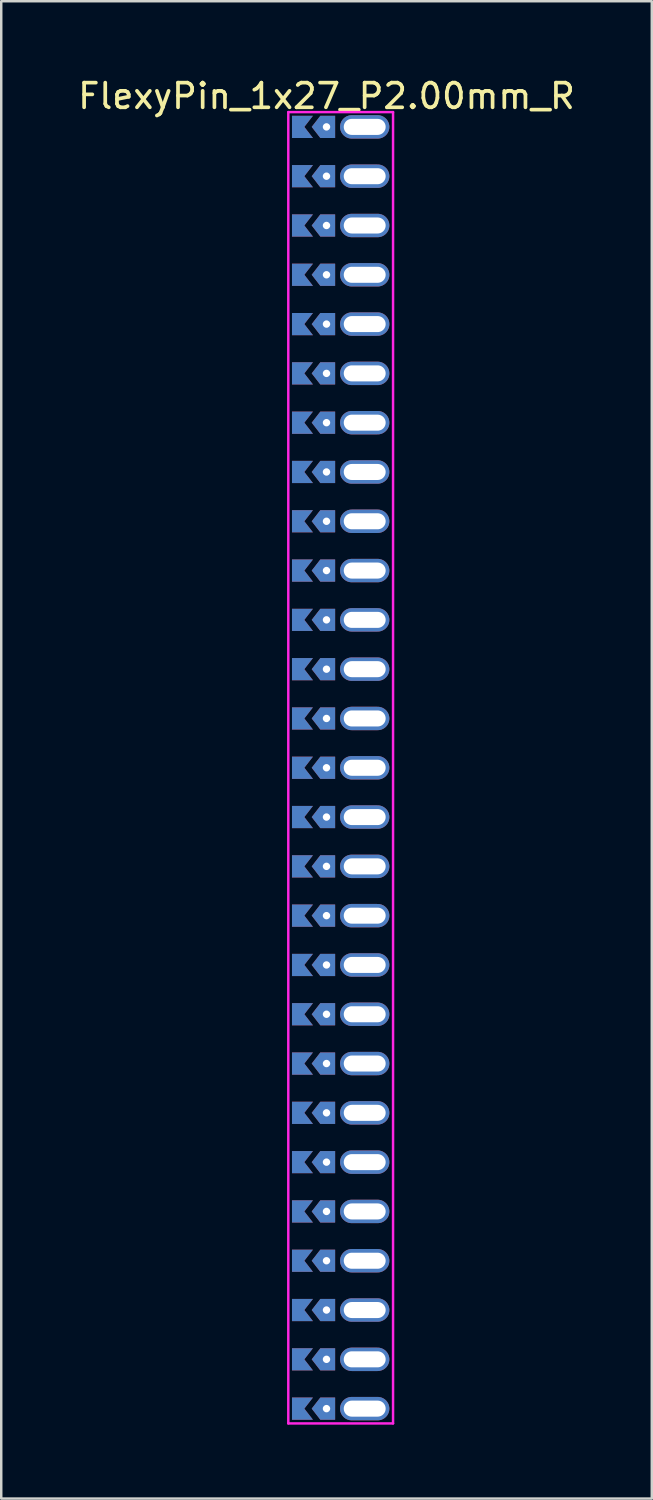
<source format=kicad_pcb>
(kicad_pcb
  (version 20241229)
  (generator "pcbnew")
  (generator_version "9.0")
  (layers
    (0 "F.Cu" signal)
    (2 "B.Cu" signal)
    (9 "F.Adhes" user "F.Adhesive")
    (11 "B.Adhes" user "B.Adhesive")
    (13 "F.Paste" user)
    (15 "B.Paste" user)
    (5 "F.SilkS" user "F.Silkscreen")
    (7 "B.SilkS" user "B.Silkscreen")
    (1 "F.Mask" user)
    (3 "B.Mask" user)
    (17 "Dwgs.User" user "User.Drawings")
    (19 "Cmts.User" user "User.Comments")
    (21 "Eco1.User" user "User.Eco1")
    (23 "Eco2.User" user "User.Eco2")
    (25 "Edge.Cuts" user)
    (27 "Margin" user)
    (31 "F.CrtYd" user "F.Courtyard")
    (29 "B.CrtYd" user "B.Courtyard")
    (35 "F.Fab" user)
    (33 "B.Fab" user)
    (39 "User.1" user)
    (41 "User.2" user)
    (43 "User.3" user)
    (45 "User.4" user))
  (footprint "FlexyPin_1x27_P2.00mm_R"
    (layer "F.Cu")
    (at 10.196 2.098)
    (property "Reference" "FlexyPin_1x27_P2.00mm_R" (at 0 -1.25 0) (layer "F.SilkS") (effects (font (size 1 1) (thickness 0.15))))
    (attr through_hole)
    (fp_line (start -1.55 -0.6) (end 2.7 -0.6) (stroke (width 0.1) (type solid)) (layer "F.CrtYd"))
    (fp_line (start -1.55 52.6) (end -1.55 -0.6) (stroke (width 0.1) (type solid)) (layer "F.CrtYd"))
    (fp_line (start 2.7 -0.6) (end 2.7 52.6) (stroke (width 0.1) (type solid)) (layer "F.CrtYd"))
    (fp_line (start 2.7 52.6) (end -1.55 52.6) (stroke (width 0.1) (type solid)) (layer "F.CrtYd"))
    (pad "" thru_hole custom (at 0 0) (size 0.3 0.3) (drill 0.6) (layers "*.Cu" "*.Mask") (options (anchor rect)) (primitives (gr_poly (pts (xy 0.35 0.45) (xy 0.35 -0.45) (xy -0.25 -0.45) (xy -0.6 0) (xy -0.25 0.45)) (width 0) (fill yes))))
    (pad "" thru_hole custom (at 0 2) (size 0.3 0.3) (drill 0.6) (layers "*.Cu" "*.Mask") (options (anchor rect)) (primitives (gr_poly (pts (xy 0.35 0.45) (xy 0.35 -0.45) (xy -0.25 -0.45) (xy -0.6 0) (xy -0.25 0.45)) (width 0) (fill yes))))
    (pad "" thru_hole custom (at 0 4) (size 0.3 0.3) (drill 0.6) (layers "*.Cu" "*.Mask") (options (anchor rect)) (primitives (gr_poly (pts (xy 0.35 0.45) (xy 0.35 -0.45) (xy -0.25 -0.45) (xy -0.6 0) (xy -0.25 0.45)) (width 0) (fill yes))))
    (pad "" thru_hole custom (at 0 6) (size 0.3 0.3) (drill 0.6) (layers "*.Cu" "*.Mask") (options (anchor rect)) (primitives (gr_poly (pts (xy 0.35 0.45) (xy 0.35 -0.45) (xy -0.25 -0.45) (xy -0.6 0) (xy -0.25 0.45)) (width 0) (fill yes))))
    (pad "" thru_hole custom (at 0 8) (size 0.3 0.3) (drill 0.6) (layers "*.Cu" "*.Mask") (options (anchor rect)) (primitives (gr_poly (pts (xy 0.35 0.45) (xy 0.35 -0.45) (xy -0.25 -0.45) (xy -0.6 0) (xy -0.25 0.45)) (width 0) (fill yes))))
    (pad "" thru_hole custom (at 0 10) (size 0.3 0.3) (drill 0.6) (layers "*.Cu" "*.Mask") (options (anchor rect)) (primitives (gr_poly (pts (xy 0.35 0.45) (xy 0.35 -0.45) (xy -0.25 -0.45) (xy -0.6 0) (xy -0.25 0.45)) (width 0) (fill yes))))
    (pad "" thru_hole custom (at 0 12) (size 0.3 0.3) (drill 0.6) (layers "*.Cu" "*.Mask") (options (anchor rect)) (primitives (gr_poly (pts (xy 0.35 0.45) (xy 0.35 -0.45) (xy -0.25 -0.45) (xy -0.6 0) (xy -0.25 0.45)) (width 0) (fill yes))))
    (pad "" thru_hole custom (at 0 14) (size 0.3 0.3) (drill 0.6) (layers "*.Cu" "*.Mask") (options (anchor rect)) (primitives (gr_poly (pts (xy 0.35 0.45) (xy 0.35 -0.45) (xy -0.25 -0.45) (xy -0.6 0) (xy -0.25 0.45)) (width 0) (fill yes))))
    (pad "" thru_hole custom (at 0 16) (size 0.3 0.3) (drill 0.6) (layers "*.Cu" "*.Mask") (options (anchor rect)) (primitives (gr_poly (pts (xy 0.35 0.45) (xy 0.35 -0.45) (xy -0.25 -0.45) (xy -0.6 0) (xy -0.25 0.45)) (width 0) (fill yes))))
    (pad "" thru_hole custom (at 0 18) (size 0.3 0.3) (drill 0.6) (layers "*.Cu" "*.Mask") (options (anchor rect)) (primitives (gr_poly (pts (xy 0.35 0.45) (xy 0.35 -0.45) (xy -0.25 -0.45) (xy -0.6 0) (xy -0.25 0.45)) (width 0) (fill yes))))
    (pad "" thru_hole custom (at 0 20) (size 0.3 0.3) (drill 0.6) (layers "*.Cu" "*.Mask") (options (anchor rect)) (primitives (gr_poly (pts (xy 0.35 0.45) (xy 0.35 -0.45) (xy -0.25 -0.45) (xy -0.6 0) (xy -0.25 0.45)) (width 0) (fill yes))))
    (pad "" thru_hole custom (at 0 22) (size 0.3 0.3) (drill 0.6) (layers "*.Cu" "*.Mask") (options (anchor rect)) (primitives (gr_poly (pts (xy 0.35 0.45) (xy 0.35 -0.45) (xy -0.25 -0.45) (xy -0.6 0) (xy -0.25 0.45)) (width 0) (fill yes))))
    (pad "" thru_hole custom (at 0 24) (size 0.3 0.3) (drill 0.6) (layers "*.Cu" "*.Mask") (options (anchor rect)) (primitives (gr_poly (pts (xy 0.35 0.45) (xy 0.35 -0.45) (xy -0.25 -0.45) (xy -0.6 0) (xy -0.25 0.45)) (width 0) (fill yes))))
    (pad "" thru_hole custom (at 0 26) (size 0.3 0.3) (drill 0.6) (layers "*.Cu" "*.Mask") (options (anchor rect)) (primitives (gr_poly (pts (xy 0.35 0.45) (xy 0.35 -0.45) (xy -0.25 -0.45) (xy -0.6 0) (xy -0.25 0.45)) (width 0) (fill yes))))
    (pad "" thru_hole custom (at 0 28) (size 0.3 0.3) (drill 0.6) (layers "*.Cu" "*.Mask") (options (anchor rect)) (primitives (gr_poly (pts (xy 0.35 0.45) (xy 0.35 -0.45) (xy -0.25 -0.45) (xy -0.6 0) (xy -0.25 0.45)) (width 0) (fill yes))))
    (pad "" thru_hole custom (at 0 30) (size 0.3 0.3) (drill 0.6) (layers "*.Cu" "*.Mask") (options (anchor rect)) (primitives (gr_poly (pts (xy 0.35 0.45) (xy 0.35 -0.45) (xy -0.25 -0.45) (xy -0.6 0) (xy -0.25 0.45)) (width 0) (fill yes))))
    (pad "" thru_hole custom (at 0 32) (size 0.3 0.3) (drill 0.6) (layers "*.Cu" "*.Mask") (options (anchor rect)) (primitives (gr_poly (pts (xy 0.35 0.45) (xy 0.35 -0.45) (xy -0.25 -0.45) (xy -0.6 0) (xy -0.25 0.45)) (width 0) (fill yes))))
    (pad "" thru_hole custom (at 0 34) (size 0.3 0.3) (drill 0.6) (layers "*.Cu" "*.Mask") (options (anchor rect)) (primitives (gr_poly (pts (xy 0.35 0.45) (xy 0.35 -0.45) (xy -0.25 -0.45) (xy -0.6 0) (xy -0.25 0.45)) (width 0) (fill yes))))
    (pad "" thru_hole custom (at 0 36) (size 0.3 0.3) (drill 0.6) (layers "*.Cu" "*.Mask") (options (anchor rect)) (primitives (gr_poly (pts (xy 0.35 0.45) (xy 0.35 -0.45) (xy -0.25 -0.45) (xy -0.6 0) (xy -0.25 0.45)) (width 0) (fill yes))))
    (pad "" thru_hole custom (at 0 38) (size 0.3 0.3) (drill 0.6) (layers "*.Cu" "*.Mask") (options (anchor rect)) (primitives (gr_poly (pts (xy 0.35 0.45) (xy 0.35 -0.45) (xy -0.25 -0.45) (xy -0.6 0) (xy -0.25 0.45)) (width 0) (fill yes))))
    (pad "" thru_hole custom (at 0 40) (size 0.3 0.3) (drill 0.6) (layers "*.Cu" "*.Mask") (options (anchor rect)) (primitives (gr_poly (pts (xy 0.35 0.45) (xy 0.35 -0.45) (xy -0.25 -0.45) (xy -0.6 0) (xy -0.25 0.45)) (width 0) (fill yes))))
    (pad "" thru_hole custom (at 0 42) (size 0.3 0.3) (drill 0.6) (layers "*.Cu" "*.Mask") (options (anchor rect)) (primitives (gr_poly (pts (xy 0.35 0.45) (xy 0.35 -0.45) (xy -0.25 -0.45) (xy -0.6 0) (xy -0.25 0.45)) (width 0) (fill yes))))
    (pad "" thru_hole custom (at 0 44) (size 0.3 0.3) (drill 0.6) (layers "*.Cu" "*.Mask") (options (anchor rect)) (primitives (gr_poly (pts (xy 0.35 0.45) (xy 0.35 -0.45) (xy -0.25 -0.45) (xy -0.6 0) (xy -0.25 0.45)) (width 0) (fill yes))))
    (pad "" thru_hole custom (at 0 46) (size 0.3 0.3) (drill 0.6) (layers "*.Cu" "*.Mask") (options (anchor rect)) (primitives (gr_poly (pts (xy 0.35 0.45) (xy 0.35 -0.45) (xy -0.25 -0.45) (xy -0.6 0) (xy -0.25 0.45)) (width 0) (fill yes))))
    (pad "" thru_hole custom (at 0 48) (size 0.3 0.3) (drill 0.6) (layers "*.Cu" "*.Mask") (options (anchor rect)) (primitives (gr_poly (pts (xy 0.35 0.45) (xy 0.35 -0.45) (xy -0.25 -0.45) (xy -0.6 0) (xy -0.25 0.45)) (width 0) (fill yes))))
    (pad "" thru_hole custom (at 0 50) (size 0.3 0.3) (drill 0.6) (layers "*.Cu" "*.Mask") (options (anchor rect)) (primitives (gr_poly (pts (xy 0.35 0.45) (xy 0.35 -0.45) (xy -0.25 -0.45) (xy -0.6 0) (xy -0.25 0.45)) (width 0) (fill yes))))
    (pad "" thru_hole custom (at 0 52) (size 0.3 0.3) (drill 0.6) (layers "*.Cu" "*.Mask") (options (anchor rect)) (primitives (gr_poly (pts (xy 0.35 0.45) (xy 0.35 -0.45) (xy -0.25 -0.45) (xy -0.6 0) (xy -0.25 0.45)) (width 0) (fill yes))))
    (pad "" thru_hole oval (at 1.55 0) (size 2 0.95) (drill oval 1.7 0.65) (layers "*.Cu" "*.Mask"))
    (pad "" thru_hole oval (at 1.55 2) (size 2 0.95) (drill oval 1.7 0.65) (layers "*.Cu" "*.Mask"))
    (pad "" thru_hole oval (at 1.55 4) (size 2 0.95) (drill oval 1.7 0.65) (layers "*.Cu" "*.Mask"))
    (pad "" thru_hole oval (at 1.55 6) (size 2 0.95) (drill oval 1.7 0.65) (layers "*.Cu" "*.Mask"))
    (pad "" thru_hole oval (at 1.55 8) (size 2 0.95) (drill oval 1.7 0.65) (layers "*.Cu" "*.Mask"))
    (pad "" thru_hole oval (at 1.55 10) (size 2 0.95) (drill oval 1.7 0.65) (layers "*.Cu" "*.Mask"))
    (pad "" thru_hole oval (at 1.55 12) (size 2 0.95) (drill oval 1.7 0.65) (layers "*.Cu" "*.Mask"))
    (pad "" thru_hole oval (at 1.55 14) (size 2 0.95) (drill oval 1.7 0.65) (layers "*.Cu" "*.Mask"))
    (pad "" thru_hole oval (at 1.55 16) (size 2 0.95) (drill oval 1.7 0.65) (layers "*.Cu" "*.Mask"))
    (pad "" thru_hole oval (at 1.55 18) (size 2 0.95) (drill oval 1.7 0.65) (layers "*.Cu" "*.Mask"))
    (pad "" thru_hole oval (at 1.55 20) (size 2 0.95) (drill oval 1.7 0.65) (layers "*.Cu" "*.Mask"))
    (pad "" thru_hole oval (at 1.55 22) (size 2 0.95) (drill oval 1.7 0.65) (layers "*.Cu" "*.Mask"))
    (pad "" thru_hole oval (at 1.55 24) (size 2 0.95) (drill oval 1.7 0.65) (layers "*.Cu" "*.Mask"))
    (pad "" thru_hole oval (at 1.55 26) (size 2 0.95) (drill oval 1.7 0.65) (layers "*.Cu" "*.Mask"))
    (pad "" thru_hole oval (at 1.55 28) (size 2 0.95) (drill oval 1.7 0.65) (layers "*.Cu" "*.Mask"))
    (pad "" thru_hole oval (at 1.55 30) (size 2 0.95) (drill oval 1.7 0.65) (layers "*.Cu" "*.Mask"))
    (pad "" thru_hole oval (at 1.55 32) (size 2 0.95) (drill oval 1.7 0.65) (layers "*.Cu" "*.Mask"))
    (pad "" thru_hole oval (at 1.55 34) (size 2 0.95) (drill oval 1.7 0.65) (layers "*.Cu" "*.Mask"))
    (pad "" thru_hole oval (at 1.55 36) (size 2 0.95) (drill oval 1.7 0.65) (layers "*.Cu" "*.Mask"))
    (pad "" thru_hole oval (at 1.55 38) (size 2 0.95) (drill oval 1.7 0.65) (layers "*.Cu" "*.Mask"))
    (pad "" thru_hole oval (at 1.55 40) (size 2 0.95) (drill oval 1.7 0.65) (layers "*.Cu" "*.Mask"))
    (pad "" thru_hole oval (at 1.55 42) (size 2 0.95) (drill oval 1.7 0.65) (layers "*.Cu" "*.Mask"))
    (pad "" thru_hole oval (at 1.55 44) (size 2 0.95) (drill oval 1.7 0.65) (layers "*.Cu" "*.Mask"))
    (pad "" thru_hole oval (at 1.55 46) (size 2 0.95) (drill oval 1.7 0.65) (layers "*.Cu" "*.Mask"))
    (pad "" thru_hole oval (at 1.55 48) (size 2 0.95) (drill oval 1.7 0.65) (layers "*.Cu" "*.Mask"))
    (pad "" thru_hole oval (at 1.55 50) (size 2 0.95) (drill oval 1.7 0.65) (layers "*.Cu" "*.Mask"))
    (pad "" thru_hole oval (at 1.55 52) (size 2 0.95) (drill oval 1.7 0.65) (layers "*.Cu" "*.Mask"))
    (pad "1" smd custom (at -0.9 0) (size 0.01 0.01) (layers "F.Cu" "F.Mask") (options (anchor rect)) (primitives (gr_poly (pts (xy 0 0) (xy 0.35 0.45) (xy -0.5 0.45) (xy -0.5 -0.45) (xy 0.35 -0.45)) (width 0) (fill yes))))
    (pad "2" smd custom (at -0.9 2) (size 0.01 0.01) (layers "F.Cu" "F.Mask") (options (anchor rect)) (primitives (gr_poly (pts (xy 0 0) (xy 0.35 0.45) (xy -0.5 0.45) (xy -0.5 -0.45) (xy 0.35 -0.45)) (width 0) (fill yes))))
    (pad "3" smd custom (at -0.9 4) (size 0.01 0.01) (layers "F.Cu" "F.Mask") (options (anchor rect)) (primitives (gr_poly (pts (xy 0 0) (xy 0.35 0.45) (xy -0.5 0.45) (xy -0.5 -0.45) (xy 0.35 -0.45)) (width 0) (fill yes))))
    (pad "4" smd custom (at -0.9 6) (size 0.01 0.01) (layers "F.Cu" "F.Mask") (options (anchor rect)) (primitives (gr_poly (pts (xy 0 0) (xy 0.35 0.45) (xy -0.5 0.45) (xy -0.5 -0.45) (xy 0.35 -0.45)) (width 0) (fill yes))))
    (pad "5" smd custom (at -0.9 8) (size 0.01 0.01) (layers "F.Cu" "F.Mask") (options (anchor rect)) (primitives (gr_poly (pts (xy 0 0) (xy 0.35 0.45) (xy -0.5 0.45) (xy -0.5 -0.45) (xy 0.35 -0.45)) (width 0) (fill yes))))
    (pad "6" smd custom (at -0.9 10) (size 0.01 0.01) (layers "F.Cu" "F.Mask") (options (anchor rect)) (primitives (gr_poly (pts (xy 0 0) (xy 0.35 0.45) (xy -0.5 0.45) (xy -0.5 -0.45) (xy 0.35 -0.45)) (width 0) (fill yes))))
    (pad "7" smd custom (at -0.9 12) (size 0.01 0.01) (layers "F.Cu" "F.Mask") (options (anchor rect)) (primitives (gr_poly (pts (xy 0 0) (xy 0.35 0.45) (xy -0.5 0.45) (xy -0.5 -0.45) (xy 0.35 -0.45)) (width 0) (fill yes))))
    (pad "8" smd custom (at -0.9 14) (size 0.01 0.01) (layers "F.Cu" "F.Mask") (options (anchor rect)) (primitives (gr_poly (pts (xy 0 0) (xy 0.35 0.45) (xy -0.5 0.45) (xy -0.5 -0.45) (xy 0.35 -0.45)) (width 0) (fill yes))))
    (pad "9" smd custom (at -0.9 16) (size 0.01 0.01) (layers "F.Cu" "F.Mask") (options (anchor rect)) (primitives (gr_poly (pts (xy 0 0) (xy 0.35 0.45) (xy -0.5 0.45) (xy -0.5 -0.45) (xy 0.35 -0.45)) (width 0) (fill yes))))
    (pad "10" smd custom (at -0.9 18) (size 0.01 0.01) (layers "F.Cu" "F.Mask") (options (anchor rect)) (primitives (gr_poly (pts (xy 0 0) (xy 0.35 0.45) (xy -0.5 0.45) (xy -0.5 -0.45) (xy 0.35 -0.45)) (width 0) (fill yes))))
    (pad "11" smd custom (at -0.9 20) (size 0.01 0.01) (layers "F.Cu" "F.Mask") (options (anchor rect)) (primitives (gr_poly (pts (xy 0 0) (xy 0.35 0.45) (xy -0.5 0.45) (xy -0.5 -0.45) (xy 0.35 -0.45)) (width 0) (fill yes))))
    (pad "12" smd custom (at -0.9 22) (size 0.01 0.01) (layers "F.Cu" "F.Mask") (options (anchor rect)) (primitives (gr_poly (pts (xy 0 0) (xy 0.35 0.45) (xy -0.5 0.45) (xy -0.5 -0.45) (xy 0.35 -0.45)) (width 0) (fill yes))))
    (pad "13" smd custom (at -0.9 24) (size 0.01 0.01) (layers "F.Cu" "F.Mask") (options (anchor rect)) (primitives (gr_poly (pts (xy 0 0) (xy 0.35 0.45) (xy -0.5 0.45) (xy -0.5 -0.45) (xy 0.35 -0.45)) (width 0) (fill yes))))
    (pad "14" smd custom (at -0.9 26) (size 0.01 0.01) (layers "F.Cu" "F.Mask") (options (anchor rect)) (primitives (gr_poly (pts (xy 0 0) (xy 0.35 0.45) (xy -0.5 0.45) (xy -0.5 -0.45) (xy 0.35 -0.45)) (width 0) (fill yes))))
    (pad "15" smd custom (at -0.9 28) (size 0.01 0.01) (layers "F.Cu" "F.Mask") (options (anchor rect)) (primitives (gr_poly (pts (xy 0 0) (xy 0.35 0.45) (xy -0.5 0.45) (xy -0.5 -0.45) (xy 0.35 -0.45)) (width 0) (fill yes))))
    (pad "16" smd custom (at -0.9 30) (size 0.01 0.01) (layers "F.Cu" "F.Mask") (options (anchor rect)) (primitives (gr_poly (pts (xy 0 0) (xy 0.35 0.45) (xy -0.5 0.45) (xy -0.5 -0.45) (xy 0.35 -0.45)) (width 0) (fill yes))))
    (pad "17" smd custom (at -0.9 32) (size 0.01 0.01) (layers "F.Cu" "F.Mask") (options (anchor rect)) (primitives (gr_poly (pts (xy 0 0) (xy 0.35 0.45) (xy -0.5 0.45) (xy -0.5 -0.45) (xy 0.35 -0.45)) (width 0) (fill yes))))
    (pad "18" smd custom (at -0.9 34) (size 0.01 0.01) (layers "F.Cu" "F.Mask") (options (anchor rect)) (primitives (gr_poly (pts (xy 0 0) (xy 0.35 0.45) (xy -0.5 0.45) (xy -0.5 -0.45) (xy 0.35 -0.45)) (width 0) (fill yes))))
    (pad "19" smd custom (at -0.9 36) (size 0.01 0.01) (layers "F.Cu" "F.Mask") (options (anchor rect)) (primitives (gr_poly (pts (xy 0 0) (xy 0.35 0.45) (xy -0.5 0.45) (xy -0.5 -0.45) (xy 0.35 -0.45)) (width 0) (fill yes))))
    (pad "20" smd custom (at -0.9 38) (size 0.01 0.01) (layers "F.Cu" "F.Mask") (options (anchor rect)) (primitives (gr_poly (pts (xy 0 0) (xy 0.35 0.45) (xy -0.5 0.45) (xy -0.5 -0.45) (xy 0.35 -0.45)) (width 0) (fill yes))))
    (pad "21" smd custom (at -0.9 40) (size 0.01 0.01) (layers "F.Cu" "F.Mask") (options (anchor rect)) (primitives (gr_poly (pts (xy 0 0) (xy 0.35 0.45) (xy -0.5 0.45) (xy -0.5 -0.45) (xy 0.35 -0.45)) (width 0) (fill yes))))
    (pad "22" smd custom (at -0.9 42) (size 0.01 0.01) (layers "F.Cu" "F.Mask") (options (anchor rect)) (primitives (gr_poly (pts (xy 0 0) (xy 0.35 0.45) (xy -0.5 0.45) (xy -0.5 -0.45) (xy 0.35 -0.45)) (width 0) (fill yes))))
    (pad "23" smd custom (at -0.9 44) (size 0.01 0.01) (layers "F.Cu" "F.Mask") (options (anchor rect)) (primitives (gr_poly (pts (xy 0 0) (xy 0.35 0.45) (xy -0.5 0.45) (xy -0.5 -0.45) (xy 0.35 -0.45)) (width 0) (fill yes))))
    (pad "24" smd custom (at -0.9 46) (size 0.01 0.01) (layers "F.Cu" "F.Mask") (options (anchor rect)) (primitives (gr_poly (pts (xy 0 0) (xy 0.35 0.45) (xy -0.5 0.45) (xy -0.5 -0.45) (xy 0.35 -0.45)) (width 0) (fill yes))))
    (pad "25" smd custom (at -0.9 48) (size 0.01 0.01) (layers "F.Cu" "F.Mask") (options (anchor rect)) (primitives (gr_poly (pts (xy 0 0) (xy 0.35 0.45) (xy -0.5 0.45) (xy -0.5 -0.45) (xy 0.35 -0.45)) (width 0) (fill yes))))
    (pad "26" smd custom (at -0.9 50) (size 0.01 0.01) (layers "F.Cu" "F.Mask") (options (anchor rect)) (primitives (gr_poly (pts (xy 0 0) (xy 0.35 0.45) (xy -0.5 0.45) (xy -0.5 -0.45) (xy 0.35 -0.45)) (width 0) (fill yes))))
    (pad "27" smd custom (at -0.9 52) (size 0.01 0.01) (layers "F.Cu" "F.Mask") (options (anchor rect)) (primitives (gr_poly (pts (xy 0 0) (xy 0.35 0.45) (xy -0.5 0.45) (xy -0.5 -0.45) (xy 0.35 -0.45)) (width 0) (fill yes))))
    (pad "28" smd custom (at -0.9 0) (size 0.01 0.01) (layers "B.Cu" "B.Mask") (options (anchor rect)) (primitives (gr_poly (pts (xy 0 0) (xy 0.35 0.45) (xy -0.5 0.45) (xy -0.5 -0.45) (xy 0.35 -0.45)) (width 0) (fill yes))))
    (pad "29" smd custom (at -0.9 2) (size 0.01 0.01) (layers "B.Cu" "B.Mask") (options (anchor rect)) (primitives (gr_poly (pts (xy 0 0) (xy 0.35 0.45) (xy -0.5 0.45) (xy -0.5 -0.45) (xy 0.35 -0.45)) (width 0) (fill yes))))
    (pad "30" smd custom (at -0.9 4) (size 0.01 0.01) (layers "B.Cu" "B.Mask") (options (anchor rect)) (primitives (gr_poly (pts (xy 0 0) (xy 0.35 0.45) (xy -0.5 0.45) (xy -0.5 -0.45) (xy 0.35 -0.45)) (width 0) (fill yes))))
    (pad "31" smd custom (at -0.9 6) (size 0.01 0.01) (layers "B.Cu" "B.Mask") (options (anchor rect)) (primitives (gr_poly (pts (xy 0 0) (xy 0.35 0.45) (xy -0.5 0.45) (xy -0.5 -0.45) (xy 0.35 -0.45)) (width 0) (fill yes))))
    (pad "32" smd custom (at -0.9 8) (size 0.01 0.01) (layers "B.Cu" "B.Mask") (options (anchor rect)) (primitives (gr_poly (pts (xy 0 0) (xy 0.35 0.45) (xy -0.5 0.45) (xy -0.5 -0.45) (xy 0.35 -0.45)) (width 0) (fill yes))))
    (pad "33" smd custom (at -0.9 10) (size 0.01 0.01) (layers "B.Cu" "B.Mask") (options (anchor rect)) (primitives (gr_poly (pts (xy 0 0) (xy 0.35 0.45) (xy -0.5 0.45) (xy -0.5 -0.45) (xy 0.35 -0.45)) (width 0) (fill yes))))
    (pad "34" smd custom (at -0.9 12) (size 0.01 0.01) (layers "B.Cu" "B.Mask") (options (anchor rect)) (primitives (gr_poly (pts (xy 0 0) (xy 0.35 0.45) (xy -0.5 0.45) (xy -0.5 -0.45) (xy 0.35 -0.45)) (width 0) (fill yes))))
    (pad "35" smd custom (at -0.9 14) (size 0.01 0.01) (layers "B.Cu" "B.Mask") (options (anchor rect)) (primitives (gr_poly (pts (xy 0 0) (xy 0.35 0.45) (xy -0.5 0.45) (xy -0.5 -0.45) (xy 0.35 -0.45)) (width 0) (fill yes))))
    (pad "36" smd custom (at -0.9 16) (size 0.01 0.01) (layers "B.Cu" "B.Mask") (options (anchor rect)) (primitives (gr_poly (pts (xy 0 0) (xy 0.35 0.45) (xy -0.5 0.45) (xy -0.5 -0.45) (xy 0.35 -0.45)) (width 0) (fill yes))))
    (pad "37" smd custom (at -0.9 18) (size 0.01 0.01) (layers "B.Cu" "B.Mask") (options (anchor rect)) (primitives (gr_poly (pts (xy 0 0) (xy 0.35 0.45) (xy -0.5 0.45) (xy -0.5 -0.45) (xy 0.35 -0.45)) (width 0) (fill yes))))
    (pad "38" smd custom (at -0.9 20) (size 0.01 0.01) (layers "B.Cu" "B.Mask") (options (anchor rect)) (primitives (gr_poly (pts (xy 0 0) (xy 0.35 0.45) (xy -0.5 0.45) (xy -0.5 -0.45) (xy 0.35 -0.45)) (width 0) (fill yes))))
    (pad "39" smd custom (at -0.9 22) (size 0.01 0.01) (layers "B.Cu" "B.Mask") (options (anchor rect)) (primitives (gr_poly (pts (xy 0 0) (xy 0.35 0.45) (xy -0.5 0.45) (xy -0.5 -0.45) (xy 0.35 -0.45)) (width 0) (fill yes))))
    (pad "40" smd custom (at -0.9 24) (size 0.01 0.01) (layers "B.Cu" "B.Mask") (options (anchor rect)) (primitives (gr_poly (pts (xy 0 0) (xy 0.35 0.45) (xy -0.5 0.45) (xy -0.5 -0.45) (xy 0.35 -0.45)) (width 0) (fill yes))))
    (pad "41" smd custom (at -0.9 26) (size 0.01 0.01) (layers "B.Cu" "B.Mask") (options (anchor rect)) (primitives (gr_poly (pts (xy 0 0) (xy 0.35 0.45) (xy -0.5 0.45) (xy -0.5 -0.45) (xy 0.35 -0.45)) (width 0) (fill yes))))
    (pad "42" smd custom (at -0.9 28) (size 0.01 0.01) (layers "B.Cu" "B.Mask") (options (anchor rect)) (primitives (gr_poly (pts (xy 0 0) (xy 0.35 0.45) (xy -0.5 0.45) (xy -0.5 -0.45) (xy 0.35 -0.45)) (width 0) (fill yes))))
    (pad "43" smd custom (at -0.9 30) (size 0.01 0.01) (layers "B.Cu" "B.Mask") (options (anchor rect)) (primitives (gr_poly (pts (xy 0 0) (xy 0.35 0.45) (xy -0.5 0.45) (xy -0.5 -0.45) (xy 0.35 -0.45)) (width 0) (fill yes))))
    (pad "44" smd custom (at -0.9 32) (size 0.01 0.01) (layers "B.Cu" "B.Mask") (options (anchor rect)) (primitives (gr_poly (pts (xy 0 0) (xy 0.35 0.45) (xy -0.5 0.45) (xy -0.5 -0.45) (xy 0.35 -0.45)) (width 0) (fill yes))))
    (pad "45" smd custom (at -0.9 34) (size 0.01 0.01) (layers "B.Cu" "B.Mask") (options (anchor rect)) (primitives (gr_poly (pts (xy 0 0) (xy 0.35 0.45) (xy -0.5 0.45) (xy -0.5 -0.45) (xy 0.35 -0.45)) (width 0) (fill yes))))
    (pad "46" smd custom (at -0.9 36) (size 0.01 0.01) (layers "B.Cu" "B.Mask") (options (anchor rect)) (primitives (gr_poly (pts (xy 0 0) (xy 0.35 0.45) (xy -0.5 0.45) (xy -0.5 -0.45) (xy 0.35 -0.45)) (width 0) (fill yes))))
    (pad "47" smd custom (at -0.9 38) (size 0.01 0.01) (layers "B.Cu" "B.Mask") (options (anchor rect)) (primitives (gr_poly (pts (xy 0 0) (xy 0.35 0.45) (xy -0.5 0.45) (xy -0.5 -0.45) (xy 0.35 -0.45)) (width 0) (fill yes))))
    (pad "48" smd custom (at -0.9 40) (size 0.01 0.01) (layers "B.Cu" "B.Mask") (options (anchor rect)) (primitives (gr_poly (pts (xy 0 0) (xy 0.35 0.45) (xy -0.5 0.45) (xy -0.5 -0.45) (xy 0.35 -0.45)) (width 0) (fill yes))))
    (pad "49" smd custom (at -0.9 42) (size 0.01 0.01) (layers "B.Cu" "B.Mask") (options (anchor rect)) (primitives (gr_poly (pts (xy 0 0) (xy 0.35 0.45) (xy -0.5 0.45) (xy -0.5 -0.45) (xy 0.35 -0.45)) (width 0) (fill yes))))
    (pad "50" smd custom (at -0.9 44) (size 0.01 0.01) (layers "B.Cu" "B.Mask") (options (anchor rect)) (primitives (gr_poly (pts (xy 0 0) (xy 0.35 0.45) (xy -0.5 0.45) (xy -0.5 -0.45) (xy 0.35 -0.45)) (width 0) (fill yes))))
    (pad "51" smd custom (at -0.9 46) (size 0.01 0.01) (layers "B.Cu" "B.Mask") (options (anchor rect)) (primitives (gr_poly (pts (xy 0 0) (xy 0.35 0.45) (xy -0.5 0.45) (xy -0.5 -0.45) (xy 0.35 -0.45)) (width 0) (fill yes))))
    (pad "52" smd custom (at -0.9 48) (size 0.01 0.01) (layers "B.Cu" "B.Mask") (options (anchor rect)) (primitives (gr_poly (pts (xy 0 0) (xy 0.35 0.45) (xy -0.5 0.45) (xy -0.5 -0.45) (xy 0.35 -0.45)) (width 0) (fill yes))))
    (pad "53" smd custom (at -0.9 50) (size 0.01 0.01) (layers "B.Cu" "B.Mask") (options (anchor rect)) (primitives (gr_poly (pts (xy 0 0) (xy 0.35 0.45) (xy -0.5 0.45) (xy -0.5 -0.45) (xy 0.35 -0.45)) (width 0) (fill yes))))
    (pad "54" smd custom (at -0.9 52) (size 0.01 0.01) (layers "B.Cu" "B.Mask") (options (anchor rect)) (primitives (gr_poly (pts (xy 0 0) (xy 0.35 0.45) (xy -0.5 0.45) (xy -0.5 -0.45) (xy 0.35 -0.45)) (width 0) (fill yes)))))
  (gr_rect
    (start -3 -3)
    (end 23.393 57.748)
    (stroke (width 0.1) (type default))
    (fill no)
    (layer "Edge.Cuts")))
</source>
